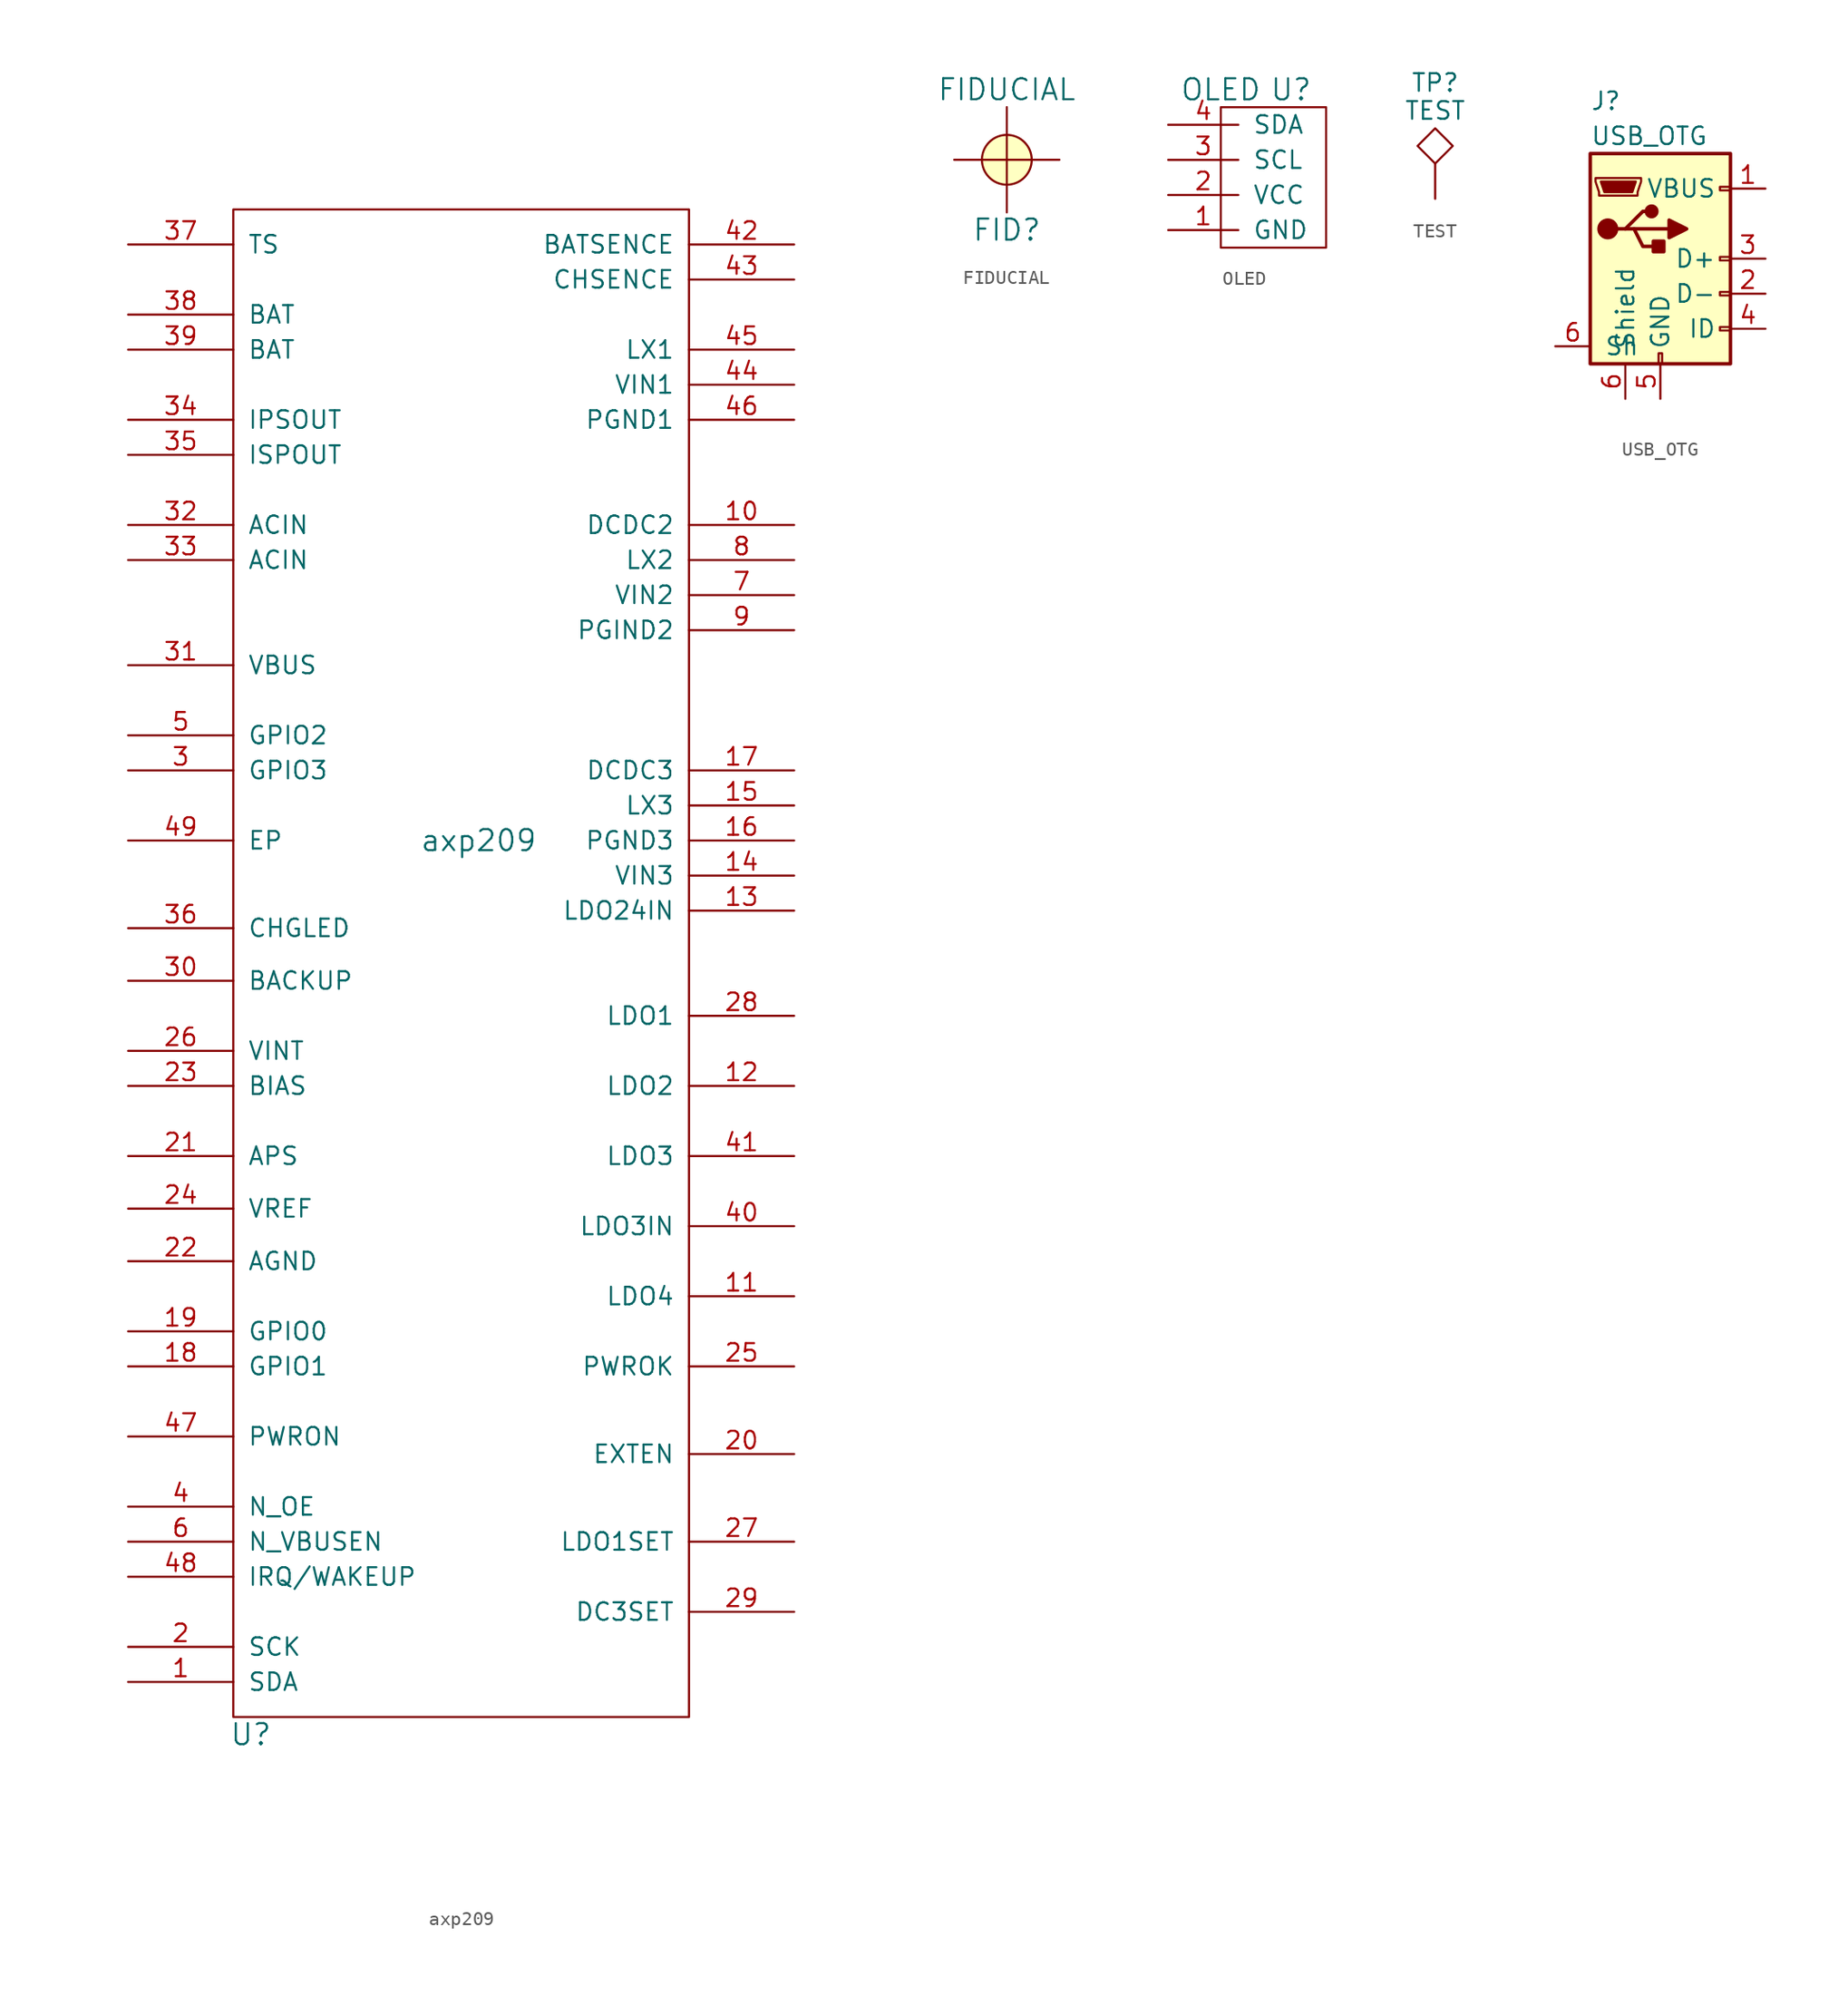
<source format=kicad_sym>
(kicad_symbol_lib
  (version 20211014)
  (generator kicad_symbol_editor)
  (symbol "axp209"
    (pin_names
      (offset 1.016))
    (property "Reference" "U"
      (at -16.51 -59.69 0)
      (effects (font (size 1.524 1.524))))
    (property "Value" "axp209"
      (at 0 5.08 0)
      (effects (font (size 1.524 1.524))))
    (property "Footprint" ""
      (at 0 1.27 0)
      (effects (font (size 1.524 1.524))))
    (property "Datasheet" ""
      (at 0 1.27 0)
      (effects (font (size 1.524 1.524))))
    (symbol "axp209_0_1"
      (rectangle (start -17.78 50.8) (end 15.24 -58.42) (stroke (width 0) (type default) (color 0 0 0 0)) (fill (type none))))
    (symbol "axp209_1_1"
      (pin bidirectional line (at -25.4 -55.88 0) (length 7.62) (name "SDA" (effects (font (size 1.27 1.27)))) (number "1" (effects (font (size 1.27 1.27)))))
      (pin input line (at 22.86 27.94 180) (length 7.62) (name "DCDC2" (effects (font (size 1.27 1.27)))) (number "10" (effects (font (size 1.27 1.27)))))
      (pin input line (at 22.86 -27.94 180) (length 7.62) (name "LDO4" (effects (font (size 1.27 1.27)))) (number "11" (effects (font (size 1.27 1.27)))))
      (pin output line (at 22.86 -12.7 180) (length 7.62) (name "LDO2" (effects (font (size 1.27 1.27)))) (number "12" (effects (font (size 1.27 1.27)))))
      (pin power_in line (at 22.86 0 180) (length 7.62) (name "LDO24IN" (effects (font (size 1.27 1.27)))) (number "13" (effects (font (size 1.27 1.27)))))
      (pin power_in line (at 22.86 2.54 180) (length 7.62) (name "VIN3" (effects (font (size 1.27 1.27)))) (number "14" (effects (font (size 1.27 1.27)))))
      (pin bidirectional line (at 22.86 7.62 180) (length 7.62) (name "LX3" (effects (font (size 1.27 1.27)))) (number "15" (effects (font (size 1.27 1.27)))))
      (pin power_in line (at 22.86 5.08 180) (length 7.62) (name "PGND3" (effects (font (size 1.27 1.27)))) (number "16" (effects (font (size 1.27 1.27)))))
      (pin input line (at 22.86 10.16 180) (length 7.62) (name "DCDC3" (effects (font (size 1.27 1.27)))) (number "17" (effects (font (size 1.27 1.27)))))
      (pin bidirectional line (at -25.4 -33.02 0) (length 7.62) (name "GPIO1" (effects (font (size 1.27 1.27)))) (number "18" (effects (font (size 1.27 1.27)))))
      (pin bidirectional line (at -25.4 -30.48 0) (length 7.62) (name "GPIO0" (effects (font (size 1.27 1.27)))) (number "19" (effects (font (size 1.27 1.27)))))
      (pin input line (at -25.4 -53.34 0) (length 7.62) (name "SCK" (effects (font (size 1.27 1.27)))) (number "2" (effects (font (size 1.27 1.27)))))
      (pin output line (at 22.86 -39.37 180) (length 7.62) (name "EXTEN" (effects (font (size 1.27 1.27)))) (number "20" (effects (font (size 1.27 1.27)))))
      (pin power_in line (at -25.4 -17.78 0) (length 7.62) (name "APS" (effects (font (size 1.27 1.27)))) (number "21" (effects (font (size 1.27 1.27)))))
      (pin power_in line (at -25.4 -25.4 0) (length 7.62) (name "AGND" (effects (font (size 1.27 1.27)))) (number "22" (effects (font (size 1.27 1.27)))))
      (pin bidirectional line (at -25.4 -12.7 0) (length 7.62) (name "BIAS" (effects (font (size 1.27 1.27)))) (number "23" (effects (font (size 1.27 1.27)))))
      (pin output line (at -25.4 -21.59 0) (length 7.62) (name "VREF" (effects (font (size 1.27 1.27)))) (number "24" (effects (font (size 1.27 1.27)))))
      (pin output line (at 22.86 -33.02 180) (length 7.62) (name "PWROK" (effects (font (size 1.27 1.27)))) (number "25" (effects (font (size 1.27 1.27)))))
      (pin bidirectional line (at -25.4 -10.16 0) (length 7.62) (name "VINT" (effects (font (size 1.27 1.27)))) (number "26" (effects (font (size 1.27 1.27)))))
      (pin input line (at 22.86 -45.72 180) (length 7.62) (name "LDO1SET" (effects (font (size 1.27 1.27)))) (number "27" (effects (font (size 1.27 1.27)))))
      (pin output line (at 22.86 -7.62 180) (length 7.62) (name "LDO1" (effects (font (size 1.27 1.27)))) (number "28" (effects (font (size 1.27 1.27)))))
      (pin input line (at 22.86 -50.8 180) (length 7.62) (name "DC3SET" (effects (font (size 1.27 1.27)))) (number "29" (effects (font (size 1.27 1.27)))))
      (pin bidirectional line (at -25.4 10.16 0) (length 7.62) (name "GPIO3" (effects (font (size 1.27 1.27)))) (number "3" (effects (font (size 1.27 1.27)))))
      (pin bidirectional line (at -25.4 -5.08 0) (length 7.62) (name "BACKUP" (effects (font (size 1.27 1.27)))) (number "30" (effects (font (size 1.27 1.27)))))
      (pin power_in line (at -25.4 17.78 0) (length 7.62) (name "VBUS" (effects (font (size 1.27 1.27)))) (number "31" (effects (font (size 1.27 1.27)))))
      (pin power_in line (at -25.4 27.94 0) (length 7.62) (name "ACIN" (effects (font (size 1.27 1.27)))) (number "32" (effects (font (size 1.27 1.27)))))
      (pin power_in line (at -25.4 25.4 0) (length 7.62) (name "ACIN" (effects (font (size 1.27 1.27)))) (number "33" (effects (font (size 1.27 1.27)))))
      (pin power_out line (at -25.4 35.56 0) (length 7.62) (name "IPSOUT" (effects (font (size 1.27 1.27)))) (number "34" (effects (font (size 1.27 1.27)))))
      (pin power_out line (at -25.4 33.02 0) (length 7.62) (name "ISPOUT" (effects (font (size 1.27 1.27)))) (number "35" (effects (font (size 1.27 1.27)))))
      (pin output line (at -25.4 -1.27 0) (length 7.62) (name "CHGLED" (effects (font (size 1.27 1.27)))) (number "36" (effects (font (size 1.27 1.27)))))
      (pin input line (at -25.4 48.26 0) (length 7.62) (name "TS" (effects (font (size 1.27 1.27)))) (number "37" (effects (font (size 1.27 1.27)))))
      (pin power_in line (at -25.4 43.18 0) (length 7.62) (name "BAT" (effects (font (size 1.27 1.27)))) (number "38" (effects (font (size 1.27 1.27)))))
      (pin power_in line (at -25.4 40.64 0) (length 7.62) (name "BAT" (effects (font (size 1.27 1.27)))) (number "39" (effects (font (size 1.27 1.27)))))
      (pin input line (at -25.4 -43.18 0) (length 7.62) (name "N_OE" (effects (font (size 1.27 1.27)))) (number "4" (effects (font (size 1.27 1.27)))))
      (pin output line (at 22.86 -22.86 180) (length 7.62) (name "LDO3IN" (effects (font (size 1.27 1.27)))) (number "40" (effects (font (size 1.27 1.27)))))
      (pin input line (at 22.86 -17.78 180) (length 7.62) (name "LDO3" (effects (font (size 1.27 1.27)))) (number "41" (effects (font (size 1.27 1.27)))))
      (pin input line (at 22.86 48.26 180) (length 7.62) (name "BATSENCE" (effects (font (size 1.27 1.27)))) (number "42" (effects (font (size 1.27 1.27)))))
      (pin output line (at 22.86 45.72 180) (length 7.62) (name "CHSENCE" (effects (font (size 1.27 1.27)))) (number "43" (effects (font (size 1.27 1.27)))))
      (pin power_in line (at 22.86 38.1 180) (length 7.62) (name "VIN1" (effects (font (size 1.27 1.27)))) (number "44" (effects (font (size 1.27 1.27)))))
      (pin bidirectional line (at 22.86 40.64 180) (length 7.62) (name "LX1" (effects (font (size 1.27 1.27)))) (number "45" (effects (font (size 1.27 1.27)))))
      (pin power_in line (at 22.86 35.56 180) (length 7.62) (name "PGND1" (effects (font (size 1.27 1.27)))) (number "46" (effects (font (size 1.27 1.27)))))
      (pin input line (at -25.4 -38.1 0) (length 7.62) (name "PWRON" (effects (font (size 1.27 1.27)))) (number "47" (effects (font (size 1.27 1.27)))))
      (pin bidirectional line (at -25.4 -48.26 0) (length 7.62) (name "IRQ/WAKEUP" (effects (font (size 1.27 1.27)))) (number "48" (effects (font (size 1.27 1.27)))))
      (pin power_in line (at -25.4 5.08 0) (length 7.62) (name "EP" (effects (font (size 1.27 1.27)))) (number "49" (effects (font (size 1.27 1.27)))))
      (pin bidirectional line (at -25.4 12.7 0) (length 7.62) (name "GPIO2" (effects (font (size 1.27 1.27)))) (number "5" (effects (font (size 1.27 1.27)))))
      (pin input line (at -25.4 -45.72 0) (length 7.62) (name "N_VBUSEN" (effects (font (size 1.27 1.27)))) (number "6" (effects (font (size 1.27 1.27)))))
      (pin power_in line (at 22.86 22.86 180) (length 7.62) (name "VIN2" (effects (font (size 1.27 1.27)))) (number "7" (effects (font (size 1.27 1.27)))))
      (pin bidirectional line (at 22.86 25.4 180) (length 7.62) (name "LX2" (effects (font (size 1.27 1.27)))) (number "8" (effects (font (size 1.27 1.27)))))
      (pin power_in line (at 22.86 20.32 180) (length 7.62) (name "PGIND2" (effects (font (size 1.27 1.27)))) (number "9" (effects (font (size 1.27 1.27)))))))
  (symbol "FIDUCIAL"
    (pin_names
      (offset 1.016))
    (property "Reference" "FID"
      (at 0 -5.08 0)
      (effects (font (size 1.524 1.524))))
    (property "Value" "FIDUCIAL"
      (at 0 5.08 0)
      (effects (font (size 1.524 1.524))))
    (symbol "FIDUCIAL_0_1"
      (polyline (pts (xy -3.81 0) (xy 3.81 0)) (stroke (width 0) (type default) (color 0 0 0 0)) (fill (type none)))
      (polyline (pts (xy 0 3.81) (xy 0 -3.81)) (stroke (width 0) (type default) (color 0 0 0 0)) (fill (type none)))
      (circle (center 0 0) (radius 1.803) (stroke (width 0) (type default) (color 0 0 0 0)) (fill (type background)))))
  (symbol "OLED"
    (pin_names
      (offset 1.016))
    (property "Reference" "U"
      (at 1.27 6.35 0)
      (effects (font (size 1.524 1.524))))
    (property "Value" "OLED"
      (at -3.81 6.35 0)
      (effects (font (size 1.524 1.524))))
    (symbol "OLED_0_1"
      (rectangle (start -3.81 5.08) (end 3.81 -5.08) (stroke (width 0) (type default) (color 0 0 0 0)) (fill (type none))))
    (symbol "OLED_1_1"
      (pin power_in line (at -7.62 -3.81 0) (length 5.08) (name "GND" (effects (font (size 1.27 1.27)))) (number "1" (effects (font (size 1.27 1.27)))))
      (pin power_in line (at -7.62 -1.27 0) (length 5.08) (name "VCC" (effects (font (size 1.27 1.27)))) (number "2" (effects (font (size 1.27 1.27)))))
      (pin input line (at -7.62 1.27 0) (length 5.08) (name "SCL" (effects (font (size 1.27 1.27)))) (number "3" (effects (font (size 1.27 1.27)))))
      (pin input line (at -7.62 3.81 0) (length 5.08) (name "SDA" (effects (font (size 1.27 1.27)))) (number "4" (effects (font (size 1.27 1.27)))))))
  (symbol "TEST"
    (pin_numbers hide)
    (pin_names
      (offset 1.016) hide)
    (property "Reference" "TP"
      (at 0 7.62 0)
      (effects (font (size 1.27 1.27)) (justify bottom)))
    (property "Value" "TEST"
      (at 0 6.35 0)
      (effects (font (size 1.27 1.27))))
    (symbol "TEST_0_1"
      (polyline (pts (xy 0 5.08) (xy -1.27 3.81) (xy 0 2.54) (xy 1.27 3.81) (xy 0 5.08) (xy 0 5.08)) (stroke (width 0) (type default) (color 0 0 0 0)) (fill (type none))))
    (symbol "TEST_1_1"
      (pin passive line (at 0 0 90) (length 2.54) (name "~" (effects (font (size 1.27 1.27)))) (number "1" (effects (font (size 1.27 1.27)))))))
  (symbol "USB_OTG"
    (pin_names
      (offset 1.016))
    (property "Reference" "J"
      (at -5.08 11.43 0)
      (effects (font (size 1.27 1.27)) (justify left)))
    (property "Value" "USB_OTG"
      (at -5.08 8.89 0)
      (effects (font (size 1.27 1.27)) (justify left)))
    (symbol "USB_OTG_0_1"
      (rectangle (start -5.08 -7.62) (end 5.08 7.62) (stroke (width 0.254) (type default) (color 0 0 0 0)) (fill (type background)))
      (circle (center -3.81 2.159) (radius 0.635) (stroke (width 0.254) (type default) (color 0 0 0 0)) (fill (type outline)))
      (circle (center -0.635 3.429) (radius 0.381) (stroke (width 0.254) (type default) (color 0 0 0 0)) (fill (type outline)))
      (rectangle (start -0.127 -7.62) (end 0.127 -6.858) (stroke (width 0) (type default) (color 0 0 0 0)) (fill (type none)))
      (polyline (pts (xy -1.905 2.159) (xy 0.635 2.159)) (stroke (width 0.254) (type default) (color 0 0 0 0)) (fill (type none)))
      (polyline (pts (xy -3.175 2.159) (xy -2.54 2.159) (xy -1.27 3.429) (xy -0.635 3.429)) (stroke (width 0.254) (type default) (color 0 0 0 0)) (fill (type none)))
      (polyline (pts (xy -2.54 2.159) (xy -1.905 2.159) (xy -1.27 0.889) (xy 0 0.889)) (stroke (width 0.254) (type default) (color 0 0 0 0)) (fill (type none)))
      (polyline (pts (xy 0.635 2.794) (xy 0.635 1.524) (xy 1.905 2.159) (xy 0.635 2.794)) (stroke (width 0.254) (type default) (color 0 0 0 0)) (fill (type outline)))
      (polyline (pts (xy -4.318 5.588) (xy -1.778 5.588) (xy -2.032 4.826) (xy -4.064 4.826) (xy -4.318 5.588)) (stroke (width 0) (type default) (color 0 0 0 0)) (fill (type outline)))
      (polyline (pts (xy -4.699 5.842) (xy -4.699 5.588) (xy -4.445 4.826) (xy -4.445 4.572) (xy -1.651 4.572) (xy -1.651 4.826) (xy -1.397 5.588) (xy -1.397 5.842) (xy -4.699 5.842)) (stroke (width 0) (type default) (color 0 0 0 0)) (fill (type none)))
      (rectangle (start 0.254 1.27) (end -0.508 0.508) (stroke (width 0.254) (type default) (color 0 0 0 0)) (fill (type outline)))
      (rectangle (start 5.08 -5.207) (end 4.318 -4.953) (stroke (width 0) (type default) (color 0 0 0 0)) (fill (type none)))
      (rectangle (start 5.08 -2.667) (end 4.318 -2.413) (stroke (width 0) (type default) (color 0 0 0 0)) (fill (type none)))
      (rectangle (start 5.08 -0.127) (end 4.318 0.127) (stroke (width 0) (type default) (color 0 0 0 0)) (fill (type none)))
      (rectangle (start 5.08 4.953) (end 4.318 5.207) (stroke (width 0) (type default) (color 0 0 0 0)) (fill (type none))))
    (symbol "USB_OTG_1_1"
      (pin power_in line (at 7.62 5.08 180) (length 2.54) (name "VBUS" (effects (font (size 1.27 1.27)))) (number "1" (effects (font (size 1.27 1.27)))))
      (pin passive line (at 7.62 -2.54 180) (length 2.54) (name "D-" (effects (font (size 1.27 1.27)))) (number "2" (effects (font (size 1.27 1.27)))))
      (pin passive line (at 7.62 0 180) (length 2.54) (name "D+" (effects (font (size 1.27 1.27)))) (number "3" (effects (font (size 1.27 1.27)))))
      (pin passive line (at 7.62 -5.08 180) (length 2.54) (name "ID" (effects (font (size 1.27 1.27)))) (number "4" (effects (font (size 1.27 1.27)))))
      (pin power_in line (at 0 -10.16 90) (length 2.54) (name "GND" (effects (font (size 1.27 1.27)))) (number "5" (effects (font (size 1.27 1.27)))))
      (pin passive line (at -7.62 -6.35 0) (length 2.54) (name "Sh" (effects (font (size 1.27 1.27)))) (number "6" (effects (font (size 1.27 1.27)))))
      (pin passive line (at -2.54 -10.16 90) (length 2.54) (name "Shield" (effects (font (size 1.27 1.27)))) (number "6" (effects (font (size 1.27 1.27))))))))
</source>
